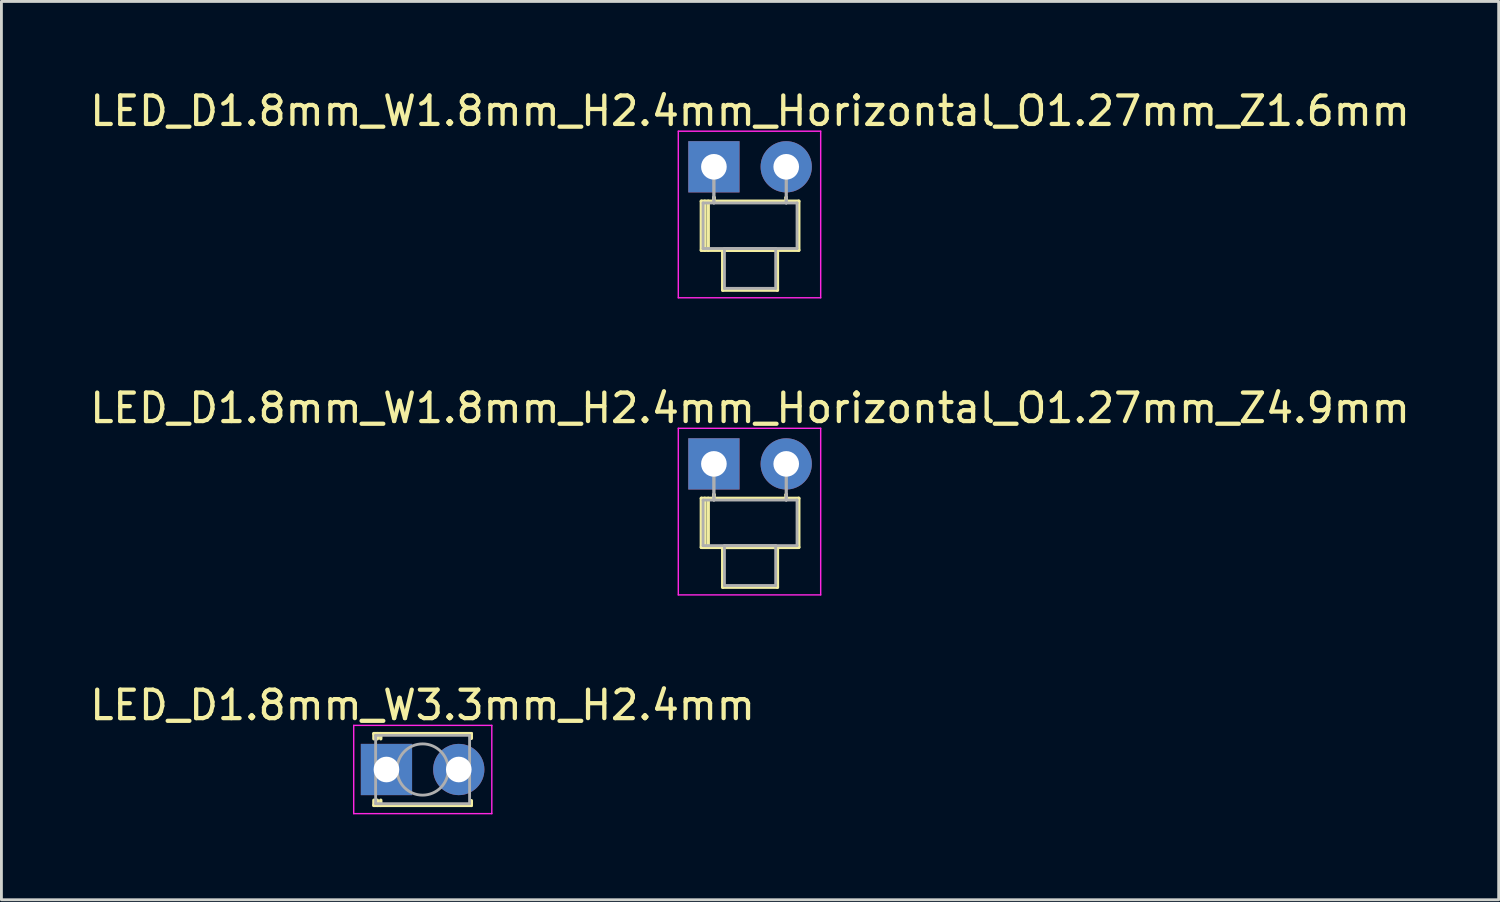
<source format=kicad_pcb>
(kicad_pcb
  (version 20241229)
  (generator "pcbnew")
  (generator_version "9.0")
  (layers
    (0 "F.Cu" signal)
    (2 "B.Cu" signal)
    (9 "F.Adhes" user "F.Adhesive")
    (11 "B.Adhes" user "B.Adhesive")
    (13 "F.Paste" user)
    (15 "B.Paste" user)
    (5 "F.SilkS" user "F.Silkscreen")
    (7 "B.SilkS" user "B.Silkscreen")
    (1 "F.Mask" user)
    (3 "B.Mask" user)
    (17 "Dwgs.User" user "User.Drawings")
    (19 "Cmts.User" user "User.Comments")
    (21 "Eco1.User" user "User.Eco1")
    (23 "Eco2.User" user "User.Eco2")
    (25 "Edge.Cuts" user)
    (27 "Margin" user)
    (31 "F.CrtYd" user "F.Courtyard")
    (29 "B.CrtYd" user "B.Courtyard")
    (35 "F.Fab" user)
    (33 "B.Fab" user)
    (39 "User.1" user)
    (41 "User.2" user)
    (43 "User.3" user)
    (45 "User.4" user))
  (footprint "LED_D1.8mm_W1.8mm_H2.4mm_Horizontal_O1.27mm_Z4.9mm"
    (layer "F.Cu")
    (at 22.022 13.242)
    (property "Reference" "LED_D1.8mm_W1.8mm_H2.4mm_Horizontal_O1.27mm_Z4.9mm" (at 1.27 -1.96 0) (layer "F.SilkS") (effects (font (size 1 1) (thickness 0.15))))
    (attr through_hole)
    (fp_line (start -0.44 1.21) (end -0.44 2.93) (stroke (width 0.12) (type solid)) (layer "F.SilkS"))
    (fp_line (start -0.44 2.93) (end 2.98 2.93) (stroke (width 0.12) (type solid)) (layer "F.SilkS"))
    (fp_line (start -0.32 1.21) (end -0.32 2.93) (stroke (width 0.12) (type solid)) (layer "F.SilkS"))
    (fp_line (start -0.2 1.21) (end -0.2 2.93) (stroke (width 0.12) (type solid)) (layer "F.SilkS"))
    (fp_line (start 0 1.08) (end 0 1.08) (stroke (width 0.12) (type solid)) (layer "F.SilkS"))
    (fp_line (start 0 1.08) (end 0 1.21) (stroke (width 0.12) (type solid)) (layer "F.SilkS"))
    (fp_line (start 0 1.21) (end 0 1.08) (stroke (width 0.12) (type solid)) (layer "F.SilkS"))
    (fp_line (start 0 1.21) (end 0 1.21) (stroke (width 0.12) (type solid)) (layer "F.SilkS"))
    (fp_line (start 0.31 2.93) (end 0.31 4.33) (stroke (width 0.12) (type solid)) (layer "F.SilkS"))
    (fp_line (start 0.31 4.33) (end 2.23 4.33) (stroke (width 0.12) (type solid)) (layer "F.SilkS"))
    (fp_line (start 2.23 2.93) (end 0.31 2.93) (stroke (width 0.12) (type solid)) (layer "F.SilkS"))
    (fp_line (start 2.23 4.33) (end 2.23 2.93) (stroke (width 0.12) (type solid)) (layer "F.SilkS"))
    (fp_line (start 2.54 1.08) (end 2.54 1.08) (stroke (width 0.12) (type solid)) (layer "F.SilkS"))
    (fp_line (start 2.54 1.08) (end 2.54 1.21) (stroke (width 0.12) (type solid)) (layer "F.SilkS"))
    (fp_line (start 2.54 1.21) (end 2.54 1.08) (stroke (width 0.12) (type solid)) (layer "F.SilkS"))
    (fp_line (start 2.54 1.21) (end 2.54 1.21) (stroke (width 0.12) (type solid)) (layer "F.SilkS"))
    (fp_line (start 2.98 1.21) (end -0.44 1.21) (stroke (width 0.12) (type solid)) (layer "F.SilkS"))
    (fp_line (start 2.98 2.93) (end 2.98 1.21) (stroke (width 0.12) (type solid)) (layer "F.SilkS"))
    (fp_line (start -1.25 -1.25) (end -1.25 4.6) (stroke (width 0.05) (type solid)) (layer "F.CrtYd"))
    (fp_line (start -1.25 4.6) (end 3.75 4.6) (stroke (width 0.05) (type solid)) (layer "F.CrtYd"))
    (fp_line (start 3.75 -1.25) (end -1.25 -1.25) (stroke (width 0.05) (type solid)) (layer "F.CrtYd"))
    (fp_line (start 3.75 4.6) (end 3.75 -1.25) (stroke (width 0.05) (type solid)) (layer "F.CrtYd"))
    (fp_line (start -0.38 1.27) (end -0.38 2.87) (stroke (width 0.1) (type solid)) (layer "F.Fab"))
    (fp_line (start -0.38 2.87) (end 2.92 2.87) (stroke (width 0.1) (type solid)) (layer "F.Fab"))
    (fp_line (start 0 0) (end 0 0) (stroke (width 0.1) (type solid)) (layer "F.Fab"))
    (fp_line (start 0 0) (end 0 1.27) (stroke (width 0.1) (type solid)) (layer "F.Fab"))
    (fp_line (start 0 1.27) (end 0 0) (stroke (width 0.1) (type solid)) (layer "F.Fab"))
    (fp_line (start 0 1.27) (end 0 1.27) (stroke (width 0.1) (type solid)) (layer "F.Fab"))
    (fp_line (start 0.37 2.87) (end 0.37 4.27) (stroke (width 0.1) (type solid)) (layer "F.Fab"))
    (fp_line (start 0.37 4.27) (end 2.17 4.27) (stroke (width 0.1) (type solid)) (layer "F.Fab"))
    (fp_line (start 2.17 2.87) (end 0.37 2.87) (stroke (width 0.1) (type solid)) (layer "F.Fab"))
    (fp_line (start 2.17 4.27) (end 2.17 2.87) (stroke (width 0.1) (type solid)) (layer "F.Fab"))
    (fp_line (start 2.54 0) (end 2.54 0) (stroke (width 0.1) (type solid)) (layer "F.Fab"))
    (fp_line (start 2.54 0) (end 2.54 1.27) (stroke (width 0.1) (type solid)) (layer "F.Fab"))
    (fp_line (start 2.54 1.27) (end 2.54 0) (stroke (width 0.1) (type solid)) (layer "F.Fab"))
    (fp_line (start 2.54 1.27) (end 2.54 1.27) (stroke (width 0.1) (type solid)) (layer "F.Fab"))
    (fp_line (start 2.92 1.27) (end -0.38 1.27) (stroke (width 0.1) (type solid)) (layer "F.Fab"))
    (fp_line (start 2.92 2.87) (end 2.92 1.27) (stroke (width 0.1) (type solid)) (layer "F.Fab"))
    (pad "1" thru_hole rect (at 0 0) (size 1.8 1.8) (drill 0.9) (layers "*.Cu" "*.Mask"))
    (pad "2" thru_hole circle (at 2.54 0) (size 1.8 1.8) (drill 0.9) (layers "*.Cu" "*.Mask")))
  (footprint "LED_D1.8mm_W1.8mm_H2.4mm_Horizontal_O1.27mm_Z1.6mm"
    (layer "F.Cu")
    (at 22.022 2.808)
    (property "Reference" "LED_D1.8mm_W1.8mm_H2.4mm_Horizontal_O1.27mm_Z1.6mm" (at 1.27 -1.96 0) (layer "F.SilkS") (effects (font (size 1 1) (thickness 0.15))))
    (attr through_hole)
    (fp_line (start -0.44 1.21) (end -0.44 2.93) (stroke (width 0.12) (type solid)) (layer "F.SilkS"))
    (fp_line (start -0.44 2.93) (end 2.98 2.93) (stroke (width 0.12) (type solid)) (layer "F.SilkS"))
    (fp_line (start -0.32 1.21) (end -0.32 2.93) (stroke (width 0.12) (type solid)) (layer "F.SilkS"))
    (fp_line (start -0.2 1.21) (end -0.2 2.93) (stroke (width 0.12) (type solid)) (layer "F.SilkS"))
    (fp_line (start 0 1.08) (end 0 1.08) (stroke (width 0.12) (type solid)) (layer "F.SilkS"))
    (fp_line (start 0 1.08) (end 0 1.21) (stroke (width 0.12) (type solid)) (layer "F.SilkS"))
    (fp_line (start 0 1.21) (end 0 1.08) (stroke (width 0.12) (type solid)) (layer "F.SilkS"))
    (fp_line (start 0 1.21) (end 0 1.21) (stroke (width 0.12) (type solid)) (layer "F.SilkS"))
    (fp_line (start 0.31 2.93) (end 0.31 4.33) (stroke (width 0.12) (type solid)) (layer "F.SilkS"))
    (fp_line (start 0.31 4.33) (end 2.23 4.33) (stroke (width 0.12) (type solid)) (layer "F.SilkS"))
    (fp_line (start 2.23 2.93) (end 0.31 2.93) (stroke (width 0.12) (type solid)) (layer "F.SilkS"))
    (fp_line (start 2.23 4.33) (end 2.23 2.93) (stroke (width 0.12) (type solid)) (layer "F.SilkS"))
    (fp_line (start 2.54 1.08) (end 2.54 1.08) (stroke (width 0.12) (type solid)) (layer "F.SilkS"))
    (fp_line (start 2.54 1.08) (end 2.54 1.21) (stroke (width 0.12) (type solid)) (layer "F.SilkS"))
    (fp_line (start 2.54 1.21) (end 2.54 1.08) (stroke (width 0.12) (type solid)) (layer "F.SilkS"))
    (fp_line (start 2.54 1.21) (end 2.54 1.21) (stroke (width 0.12) (type solid)) (layer "F.SilkS"))
    (fp_line (start 2.98 1.21) (end -0.44 1.21) (stroke (width 0.12) (type solid)) (layer "F.SilkS"))
    (fp_line (start 2.98 2.93) (end 2.98 1.21) (stroke (width 0.12) (type solid)) (layer "F.SilkS"))
    (fp_line (start -1.25 -1.25) (end -1.25 4.6) (stroke (width 0.05) (type solid)) (layer "F.CrtYd"))
    (fp_line (start -1.25 4.6) (end 3.75 4.6) (stroke (width 0.05) (type solid)) (layer "F.CrtYd"))
    (fp_line (start 3.75 -1.25) (end -1.25 -1.25) (stroke (width 0.05) (type solid)) (layer "F.CrtYd"))
    (fp_line (start 3.75 4.6) (end 3.75 -1.25) (stroke (width 0.05) (type solid)) (layer "F.CrtYd"))
    (fp_line (start -0.38 1.27) (end -0.38 2.87) (stroke (width 0.1) (type solid)) (layer "F.Fab"))
    (fp_line (start -0.38 2.87) (end 2.92 2.87) (stroke (width 0.1) (type solid)) (layer "F.Fab"))
    (fp_line (start 0 0) (end 0 0) (stroke (width 0.1) (type solid)) (layer "F.Fab"))
    (fp_line (start 0 0) (end 0 1.27) (stroke (width 0.1) (type solid)) (layer "F.Fab"))
    (fp_line (start 0 1.27) (end 0 0) (stroke (width 0.1) (type solid)) (layer "F.Fab"))
    (fp_line (start 0 1.27) (end 0 1.27) (stroke (width 0.1) (type solid)) (layer "F.Fab"))
    (fp_line (start 0.37 2.87) (end 0.37 4.27) (stroke (width 0.1) (type solid)) (layer "F.Fab"))
    (fp_line (start 0.37 4.27) (end 2.17 4.27) (stroke (width 0.1) (type solid)) (layer "F.Fab"))
    (fp_line (start 2.17 2.87) (end 0.37 2.87) (stroke (width 0.1) (type solid)) (layer "F.Fab"))
    (fp_line (start 2.17 4.27) (end 2.17 2.87) (stroke (width 0.1) (type solid)) (layer "F.Fab"))
    (fp_line (start 2.54 0) (end 2.54 0) (stroke (width 0.1) (type solid)) (layer "F.Fab"))
    (fp_line (start 2.54 0) (end 2.54 1.27) (stroke (width 0.1) (type solid)) (layer "F.Fab"))
    (fp_line (start 2.54 1.27) (end 2.54 0) (stroke (width 0.1) (type solid)) (layer "F.Fab"))
    (fp_line (start 2.54 1.27) (end 2.54 1.27) (stroke (width 0.1) (type solid)) (layer "F.Fab"))
    (fp_line (start 2.92 1.27) (end -0.38 1.27) (stroke (width 0.1) (type solid)) (layer "F.Fab"))
    (fp_line (start 2.92 2.87) (end 2.92 1.27) (stroke (width 0.1) (type solid)) (layer "F.Fab"))
    (pad "1" thru_hole rect (at 0 0) (size 1.8 1.8) (drill 0.9) (layers "*.Cu" "*.Mask"))
    (pad "2" thru_hole circle (at 2.54 0) (size 1.8 1.8) (drill 0.9) (layers "*.Cu" "*.Mask")))
  (footprint "LED_D1.8mm_W3.3mm_H2.4mm"
    (layer "F.Cu")
    (at 10.522 23.975)
    (property "Reference" "LED_D1.8mm_W3.3mm_H2.4mm" (at 1.27 -2.26 0) (layer "F.SilkS") (effects (font (size 1 1) (thickness 0.15))))
    (attr through_hole)
    (fp_line (start -0.44 -1.26) (end -0.44 -1.08) (stroke (width 0.12) (type solid)) (layer "F.SilkS"))
    (fp_line (start -0.44 -1.26) (end 2.98 -1.26) (stroke (width 0.12) (type solid)) (layer "F.SilkS"))
    (fp_line (start -0.44 1.08) (end -0.44 1.26) (stroke (width 0.12) (type solid)) (layer "F.SilkS"))
    (fp_line (start -0.44 1.26) (end 2.98 1.26) (stroke (width 0.12) (type solid)) (layer "F.SilkS"))
    (fp_line (start -0.32 -1.26) (end -0.32 -1.08) (stroke (width 0.12) (type solid)) (layer "F.SilkS"))
    (fp_line (start -0.32 1.08) (end -0.32 1.26) (stroke (width 0.12) (type solid)) (layer "F.SilkS"))
    (fp_line (start -0.2 -1.26) (end -0.2 -1.08) (stroke (width 0.12) (type solid)) (layer "F.SilkS"))
    (fp_line (start -0.2 1.08) (end -0.2 1.26) (stroke (width 0.12) (type solid)) (layer "F.SilkS"))
    (fp_line (start 2.98 -1.26) (end 2.98 -1.095) (stroke (width 0.12) (type solid)) (layer "F.SilkS"))
    (fp_line (start 2.98 1.095) (end 2.98 1.26) (stroke (width 0.12) (type solid)) (layer "F.SilkS"))
    (fp_line (start -1.15 -1.55) (end -1.15 1.55) (stroke (width 0.05) (type solid)) (layer "F.CrtYd"))
    (fp_line (start -1.15 1.55) (end 3.7 1.55) (stroke (width 0.05) (type solid)) (layer "F.CrtYd"))
    (fp_line (start 3.7 -1.55) (end -1.15 -1.55) (stroke (width 0.05) (type solid)) (layer "F.CrtYd"))
    (fp_line (start 3.7 1.55) (end 3.7 -1.55) (stroke (width 0.05) (type solid)) (layer "F.CrtYd"))
    (fp_line (start -0.38 -1.2) (end -0.38 1.2) (stroke (width 0.1) (type solid)) (layer "F.Fab"))
    (fp_line (start -0.38 1.2) (end 2.92 1.2) (stroke (width 0.1) (type solid)) (layer "F.Fab"))
    (fp_line (start 2.92 -1.2) (end -0.38 -1.2) (stroke (width 0.1) (type solid)) (layer "F.Fab"))
    (fp_line (start 2.92 1.2) (end 2.92 -1.2) (stroke (width 0.1) (type solid)) (layer "F.Fab"))
    (fp_circle (center 1.27 0) (end 2.17 0) (stroke (width 0.1) (type solid)) (fill no) (layer "F.Fab"))
    (pad "1" thru_hole rect (at 0 0) (size 1.8 1.8) (drill 0.9) (layers "*.Cu" "*.Mask"))
    (pad "2" thru_hole circle (at 2.54 0) (size 1.8 1.8) (drill 0.9) (layers "*.Cu" "*.Mask")))
  (gr_rect
    (start -3 -3)
    (end 49.583 28.55)
    (stroke (width 0.1) (type default))
    (fill no)
    (layer "Edge.Cuts")))
</source>
